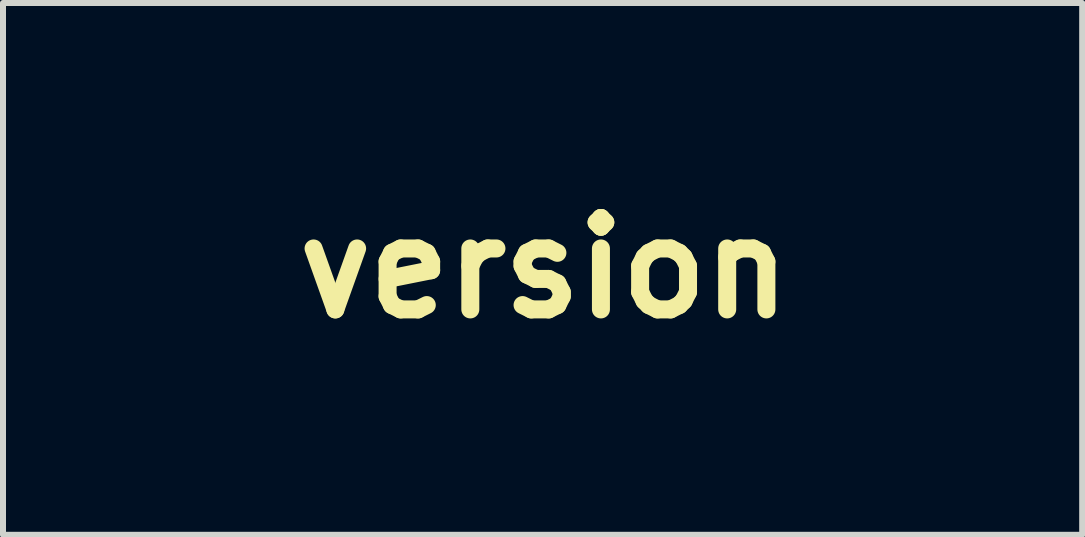
<source format=kicad_pcb>
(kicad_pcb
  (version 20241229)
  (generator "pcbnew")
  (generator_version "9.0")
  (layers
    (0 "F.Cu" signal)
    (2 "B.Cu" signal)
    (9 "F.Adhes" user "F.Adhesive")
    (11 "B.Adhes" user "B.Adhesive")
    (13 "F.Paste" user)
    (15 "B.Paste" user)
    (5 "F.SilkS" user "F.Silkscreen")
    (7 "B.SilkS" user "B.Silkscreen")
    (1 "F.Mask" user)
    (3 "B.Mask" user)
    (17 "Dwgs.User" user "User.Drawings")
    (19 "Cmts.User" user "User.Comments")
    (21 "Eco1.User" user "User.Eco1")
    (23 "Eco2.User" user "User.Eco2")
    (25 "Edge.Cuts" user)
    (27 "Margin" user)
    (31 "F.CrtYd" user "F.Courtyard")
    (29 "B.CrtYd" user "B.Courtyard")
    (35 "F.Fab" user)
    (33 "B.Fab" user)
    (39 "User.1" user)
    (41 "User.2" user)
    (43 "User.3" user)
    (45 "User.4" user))
  (footprint "version"
    (layer "F.Cu")
    (at 6.023 1.418)
    (property "Reference" "version" (at 0 0 0) (layer "F.SilkS") (effects (font (size 1.524 1.524) (thickness 0.3))))
    (attr through_hole)
    (fp_poly (pts (xy 3.412 0.998) (xy 3.432 1.112) (xy 3.431 1.187) (xy 3.419 1.309) (xy 3.395 1.372) (xy 3.351 1.397) (xy 3.339 1.399) (xy 3.262 1.396) (xy 3.232 1.382) (xy 3.208 1.319) (xy 3.201 1.215) (xy 3.21 1.101) (xy 3.232 1.007) (xy 3.263 0.963) (xy 3.357 0.949) (xy 3.412 0.998)) (stroke (width 0.01) (type solid)) (fill yes) (layer "F.Mask"))
    (fp_poly (pts (xy 0.14 -0.491) (xy 0.156 -0.45) (xy 0.142 -0.398) (xy 0.101 -0.288) (xy 0.04 -0.13) (xy -0.037 0.063) (xy -0.125 0.277) (xy -0.218 0.501) (xy -0.311 0.723) (xy -0.399 0.93) (xy -0.477 1.109) (xy -0.54 1.249) (xy -0.582 1.336) (xy -0.595 1.358) (xy -0.676 1.403) (xy -0.782 1.401) (xy -0.879 1.358) (xy -0.914 1.319) (xy -0.949 1.252) (xy -1.006 1.128) (xy -1.079 0.961) (xy -1.164 0.762) (xy -1.255 0.545) (xy -1.347 0.322) (xy -1.435 0.105) (xy -1.513 -0.092) (xy -1.577 -0.257) (xy -1.622 -0.378) (xy -1.641 -0.442) (xy -1.641 -0.446) (xy -1.614 -0.497) (xy -1.552 -0.505) (xy -1.479 -0.471) (xy -1.432 -0.42) (xy -1.402 -0.358) (xy -1.348 -0.236) (xy -1.277 -0.065) (xy -1.192 0.142) (xy -1.099 0.372) (xy -1.072 0.44) (xy -0.981 0.668) (xy -0.899 0.869) (xy -0.829 1.033) (xy -0.778 1.149) (xy -0.748 1.207) (xy -0.744 1.211) (xy -0.724 1.177) (xy -0.679 1.08) (xy -0.615 0.932) (xy -0.536 0.742) (xy -0.447 0.522) (xy -0.414 0.44) (xy -0.319 0.205) (xy -0.231 -0.01) (xy -0.155 -0.192) (xy -0.096 -0.329) (xy -0.058 -0.409) (xy -0.052 -0.42) (xy 0.01 -0.481) (xy 0.083 -0.506) (xy 0.14 -0.491)) (stroke (width 0.01) (type solid)) (fill yes) (layer "F.Mask"))
    (fp_poly (pts (xy 5.179 -1.309) (xy 5.369 -1.287) (xy 5.53 -1.242) (xy 5.575 -1.221) (xy 5.745 -1.105) (xy 5.855 -0.96) (xy 5.916 -0.771) (xy 5.934 -0.616) (xy 5.937 -0.455) (xy 5.921 -0.332) (xy 5.877 -0.209) (xy 5.84 -0.129) (xy 5.74 0.033) (xy 5.587 0.23) (xy 5.39 0.448) (xy 5.161 0.676) (xy 4.909 0.903) (xy 4.828 0.972) (xy 4.517 1.231) (xy 5.238 1.25) (xy 5.497 1.258) (xy 5.687 1.267) (xy 5.819 1.276) (xy 5.901 1.289) (xy 5.945 1.305) (xy 5.959 1.325) (xy 5.959 1.329) (xy 5.95 1.348) (xy 5.915 1.363) (xy 5.845 1.375) (xy 5.733 1.383) (xy 5.568 1.389) (xy 5.341 1.394) (xy 5.097 1.398) (xy 4.845 1.4) (xy 4.619 1.399) (xy 4.432 1.396) (xy 4.295 1.391) (xy 4.219 1.385) (xy 4.208 1.381) (xy 4.186 1.344) (xy 4.196 1.296) (xy 4.243 1.229) (xy 4.334 1.136) (xy 4.476 1.01) (xy 4.628 0.881) (xy 4.957 0.595) (xy 5.221 0.341) (xy 5.425 0.114) (xy 5.572 -0.091) (xy 5.666 -0.28) (xy 5.712 -0.458) (xy 5.718 -0.547) (xy 5.687 -0.756) (xy 5.595 -0.922) (xy 5.448 -1.042) (xy 5.254 -1.113) (xy 5.019 -1.131) (xy 4.748 -1.095) (xy 4.605 -1.056) (xy 4.441 -1.006) (xy 4.337 -0.984) (xy 4.283 -0.988) (xy 4.264 -1.019) (xy 4.266 -1.064) (xy 4.314 -1.14) (xy 4.425 -1.205) (xy 4.581 -1.256) (xy 4.77 -1.292) (xy 4.974 -1.31) (xy 5.179 -1.309)) (stroke (width 0.01) (type solid)) (fill yes) (layer "F.Mask"))
    (fp_poly (pts (xy -2.604 -0.515) (xy -2.477 -0.472) (xy -2.3 -0.351) (xy -2.16 -0.174) (xy -2.067 0.04) (xy -2.032 0.275) (xy -2.032 0.281) (xy -2.04 0.356) (xy -2.069 0.413) (xy -2.129 0.454) (xy -2.229 0.481) (xy -2.378 0.498) (xy -2.587 0.506) (xy -2.864 0.508) (xy -2.881 0.508) (xy -3.556 0.508) (xy -3.556 0.6) (xy -3.523 0.787) (xy -3.434 0.973) (xy -3.352 1.08) (xy -3.185 1.204) (xy -2.971 1.27) (xy -2.705 1.278) (xy -2.626 1.271) (xy -2.433 1.251) (xy -2.303 1.24) (xy -2.224 1.24) (xy -2.182 1.25) (xy -2.163 1.271) (xy -2.16 1.277) (xy -2.177 1.334) (xy -2.268 1.379) (xy -2.429 1.412) (xy -2.656 1.432) (xy -2.696 1.433) (xy -2.955 1.434) (xy -3.141 1.413) (xy -3.209 1.394) (xy -3.432 1.281) (xy -3.595 1.124) (xy -3.68 0.986) (xy -3.725 0.881) (xy -3.753 0.774) (xy -3.766 0.642) (xy -3.77 0.459) (xy -3.77 0.43) (xy -3.76 0.248) (xy -3.55 0.248) (xy -3.53 0.298) (xy -3.474 0.328) (xy -3.372 0.343) (xy -3.214 0.347) (xy -2.99 0.344) (xy -2.902 0.343) (xy -2.286 0.332) (xy -2.272 0.236) (xy -2.282 0.048) (xy -2.359 -0.123) (xy -2.49 -0.261) (xy -2.664 -0.351) (xy -2.759 -0.374) (xy -2.991 -0.376) (xy -3.197 -0.313) (xy -3.364 -0.193) (xy -3.481 -0.023) (xy -3.516 0.076) (xy -3.542 0.176) (xy -3.55 0.248) (xy -3.76 0.248) (xy -3.755 0.157) (xy -3.708 -0.055) (xy -3.621 -0.22) (xy -3.488 -0.349) (xy -3.301 -0.457) (xy -3.282 -0.466) (xy -3.071 -0.528) (xy -2.834 -0.545) (xy -2.604 -0.515)) (stroke (width 0.01) (type solid)) (fill yes) (layer "F.Mask"))
    (fp_poly (pts (xy 1.878 -1.27) (xy 2.117 -1.266) (xy 2.285 -1.252) (xy 2.383 -1.224) (xy 2.415 -1.175) (xy 2.384 -1.101) (xy 2.292 -0.996) (xy 2.143 -0.854) (xy 1.94 -0.671) (xy 1.908 -0.642) (xy 1.391 -0.176) (xy 1.676 -0.147) (xy 1.958 -0.092) (xy 2.177 0.01) (xy 2.334 0.159) (xy 2.429 0.355) (xy 2.461 0.597) (xy 2.461 0.604) (xy 2.425 0.857) (xy 2.326 1.075) (xy 2.168 1.248) (xy 1.959 1.367) (xy 1.898 1.388) (xy 1.703 1.426) (xy 1.468 1.441) (xy 1.225 1.433) (xy 1.009 1.404) (xy 0.932 1.385) (xy 0.802 1.328) (xy 0.728 1.261) (xy 0.716 1.193) (xy 0.737 1.163) (xy 0.795 1.153) (xy 0.906 1.175) (xy 0.962 1.193) (xy 1.194 1.249) (xy 1.435 1.264) (xy 1.668 1.241) (xy 1.875 1.183) (xy 2.041 1.092) (xy 2.134 0.995) (xy 2.191 0.857) (xy 2.219 0.679) (xy 2.217 0.496) (xy 2.182 0.342) (xy 2.17 0.315) (xy 2.06 0.187) (xy 1.88 0.092) (xy 1.63 0.031) (xy 1.42 0.009) (xy 1.26 -0.002) (xy 1.164 -0.015) (xy 1.114 -0.036) (xy 1.096 -0.068) (xy 1.094 -0.096) (xy 1.118 -0.153) (xy 1.191 -0.245) (xy 1.318 -0.375) (xy 1.502 -0.548) (xy 1.591 -0.628) (xy 2.088 -1.075) (xy 1.405 -1.094) (xy 1.16 -1.102) (xy 0.981 -1.109) (xy 0.859 -1.117) (xy 0.783 -1.129) (xy 0.742 -1.145) (xy 0.726 -1.166) (xy 0.723 -1.192) (xy 0.726 -1.218) (xy 0.741 -1.237) (xy 0.778 -1.251) (xy 0.847 -1.26) (xy 0.958 -1.266) (xy 1.119 -1.269) (xy 1.342 -1.27) (xy 1.563 -1.27) (xy 1.878 -1.27)) (stroke (width 0.01) (type solid)) (fill yes) (layer "F.Mask"))
    (fp_poly (pts (xy -4.887 -1.283) (xy -4.629 -1.206) (xy -4.427 -1.092) (xy -4.289 -0.942) (xy -4.287 -0.94) (xy -4.218 -0.762) (xy -4.2 -0.558) (xy -4.232 -0.357) (xy -4.287 -0.233) (xy -4.376 -0.128) (xy -4.497 -0.03) (xy -4.626 0.045) (xy -4.735 0.078) (xy -4.743 0.078) (xy -4.794 0.087) (xy -4.797 0.121) (xy -4.749 0.192) (xy -4.702 0.248) (xy -4.647 0.328) (xy -4.575 0.453) (xy -4.491 0.61) (xy -4.405 0.783) (xy -4.322 0.957) (xy -4.249 1.118) (xy -4.195 1.251) (xy -4.165 1.341) (xy -4.164 1.371) (xy -4.222 1.404) (xy -4.305 1.397) (xy -4.365 1.358) (xy -4.395 1.305) (xy -4.449 1.196) (xy -4.519 1.048) (xy -4.594 0.882) (xy -4.682 0.7) (xy -4.773 0.531) (xy -4.855 0.397) (xy -4.91 0.324) (xy -5.033 0.192) (xy -5.803 0.215) (xy -5.814 0.811) (xy -5.819 1.039) (xy -5.824 1.201) (xy -5.833 1.307) (xy -5.846 1.369) (xy -5.864 1.398) (xy -5.89 1.407) (xy -5.895 1.407) (xy -5.969 1.394) (xy -5.992 1.381) (xy -5.998 1.337) (xy -6.004 1.224) (xy -6.009 1.052) (xy -6.013 0.83) (xy -6.016 0.569) (xy -6.018 0.276) (xy -6.018 0.097) (xy -6.018 -0.268) (xy -6.018 -0.549) (xy -5.822 -0.549) (xy -5.821 -0.359) (xy -5.815 -0.199) (xy -5.807 -0.083) (xy -5.798 -0.028) (xy -5.796 -0.026) (xy -5.742 -0.011) (xy -5.629 -0.002) (xy -5.478 -0.000497) (xy -5.309 -0.005) (xy -5.141 -0.015) (xy -4.994 -0.031) (xy -4.92 -0.043) (xy -4.717 -0.118) (xy -4.56 -0.237) (xy -4.457 -0.389) (xy -4.415 -0.561) (xy -4.44 -0.742) (xy -4.471 -0.814) (xy -4.559 -0.934) (xy -4.69 -1.021) (xy -4.872 -1.081) (xy -5.115 -1.116) (xy -5.286 -1.126) (xy -5.504 -1.13) (xy -5.654 -1.124) (xy -5.742 -1.106) (xy -5.764 -1.094) (xy -5.79 -1.056) (xy -5.807 -0.984) (xy -5.817 -0.867) (xy -5.822 -0.691) (xy -5.822 -0.549) (xy -6.018 -0.549) (xy -6.018 -0.562) (xy -6.014 -0.794) (xy -6.004 -0.971) (xy -5.986 -1.101) (xy -5.956 -1.19) (xy -5.913 -1.248) (xy -5.853 -1.282) (xy -5.774 -1.299) (xy -5.674 -1.308) (xy -5.55 -1.315) (xy -5.542 -1.316) (xy -5.194 -1.32) (xy -4.887 -1.283)) (stroke (width 0.01) (type solid)) (fill yes) (layer "F.Mask")))
  (gr_rect
    (start -3 -3)
    (end 14.988 5.864)
    (stroke (width 0.1) (type default))
    (fill no)
    (layer "Edge.Cuts")))
</source>
